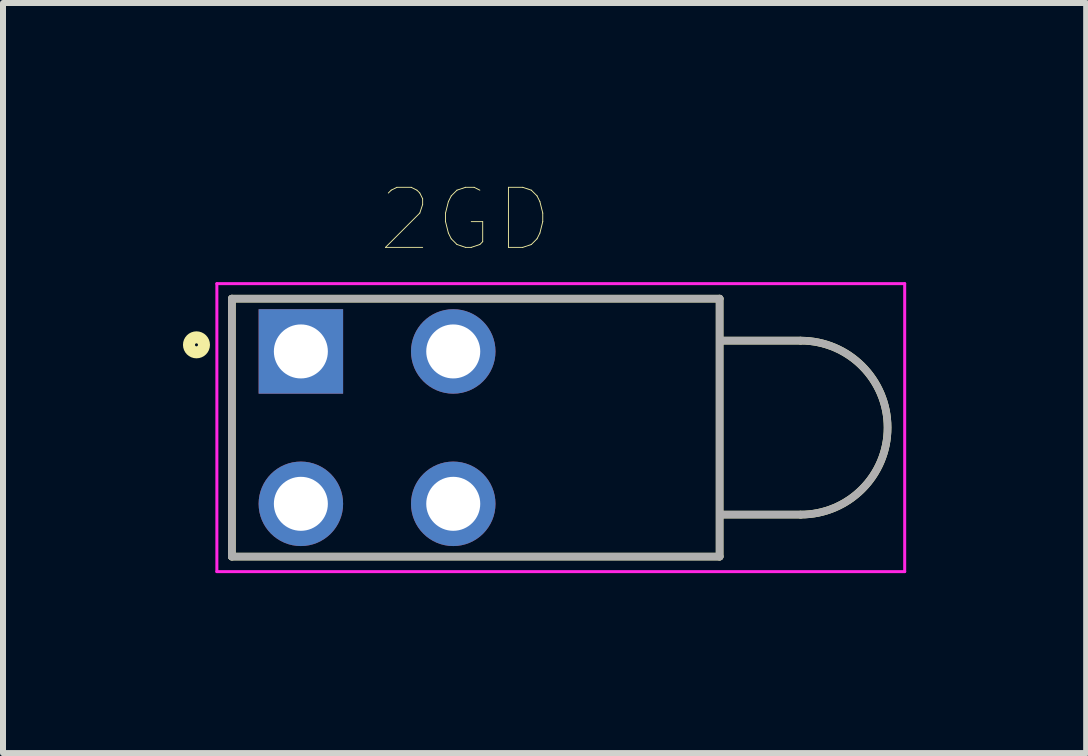
<source format=kicad_pcb>
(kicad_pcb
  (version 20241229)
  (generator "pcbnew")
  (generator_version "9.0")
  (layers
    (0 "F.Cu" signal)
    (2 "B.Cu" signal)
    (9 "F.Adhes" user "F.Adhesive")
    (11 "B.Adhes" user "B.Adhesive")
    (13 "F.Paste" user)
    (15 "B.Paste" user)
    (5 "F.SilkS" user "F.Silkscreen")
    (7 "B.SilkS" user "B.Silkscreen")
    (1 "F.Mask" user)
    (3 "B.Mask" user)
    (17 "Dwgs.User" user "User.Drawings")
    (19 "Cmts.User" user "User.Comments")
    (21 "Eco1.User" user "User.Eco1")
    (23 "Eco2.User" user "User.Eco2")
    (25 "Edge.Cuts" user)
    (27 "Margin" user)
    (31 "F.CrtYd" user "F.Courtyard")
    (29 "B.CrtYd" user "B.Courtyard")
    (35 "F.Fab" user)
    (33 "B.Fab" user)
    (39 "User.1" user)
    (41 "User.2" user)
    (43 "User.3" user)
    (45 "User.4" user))
  (footprint "2GD"
    (layer "F.Cu")
    (at 4.88 4.078)
    (property "Reference" "2GD" (at -0.17 -3.467 0) (layer "F.SilkS") (effects (font (size 1.001 1.001) (thickness 0.015))))
    (attr through_hole)
    (fp_line (start -4.065 -2.15) (end -4.065 2.15) (stroke (width 0.127) (type solid)) (layer "F.SilkS"))
    (fp_line (start -4.065 2.15) (end 4.065 2.15) (stroke (width 0.127) (type solid)) (layer "F.SilkS"))
    (fp_line (start 4.065 -2.15) (end -4.065 -2.15) (stroke (width 0.127) (type solid)) (layer "F.SilkS"))
    (fp_line (start 4.065 2.15) (end 4.065 -2.15) (stroke (width 0.127) (type solid)) (layer "F.SilkS"))
    (fp_line (start 4.105 1.45) (end 5.415 1.45) (stroke (width 0.127) (type solid)) (layer "F.SilkS"))
    (fp_line (start 5.415 -1.45) (end 4.105 -1.45) (stroke (width 0.127) (type solid)) (layer "F.SilkS"))
    (fp_arc (start 5.415 -1.45) (mid 6.865 0) (end 5.415 1.45) (stroke (width 0.127) (type solid)) (layer "F.SilkS"))
    (fp_circle (center -4.655 -1.38) (end -4.53 -1.38) (stroke (width 0.2) (type solid)) (fill no) (layer "F.SilkS"))
    (fp_line (start -4.315 -2.4) (end 7.15 -2.4) (stroke (width 0.05) (type solid)) (layer "F.CrtYd"))
    (fp_line (start -4.315 2.4) (end -4.315 -2.4) (stroke (width 0.05) (type solid)) (layer "F.CrtYd"))
    (fp_line (start 7.15 -2.4) (end 7.15 2.4) (stroke (width 0.05) (type solid)) (layer "F.CrtYd"))
    (fp_line (start 7.15 2.4) (end -4.315 2.4) (stroke (width 0.05) (type solid)) (layer "F.CrtYd"))
    (fp_line (start -4.065 -2.15) (end -4.065 2.15) (stroke (width 0.127) (type solid)) (layer "F.Fab"))
    (fp_line (start -4.065 2.15) (end 4.065 2.15) (stroke (width 0.127) (type solid)) (layer "F.Fab"))
    (fp_line (start 4.065 -2.15) (end -4.065 -2.15) (stroke (width 0.127) (type solid)) (layer "F.Fab"))
    (fp_line (start 4.065 2.15) (end 4.065 -2.15) (stroke (width 0.127) (type solid)) (layer "F.Fab"))
    (fp_line (start 4.105 1.45) (end 5.415 1.45) (stroke (width 0.127) (type solid)) (layer "F.Fab"))
    (fp_line (start 5.415 -1.45) (end 4.105 -1.45) (stroke (width 0.127) (type solid)) (layer "F.Fab"))
    (fp_arc (start 5.415 -1.45) (mid 6.865 0) (end 5.415 1.45) (stroke (width 0.127) (type solid)) (layer "F.Fab"))
    (pad "1" thru_hole rect (at -2.915 -1.27) (size 1.408 1.408) (drill 0.9) (layers "*.Cu" "*.Mask"))
    (pad "2" thru_hole circle (at -2.915 1.27) (size 1.408 1.408) (drill 0.9) (layers "*.Cu" "*.Mask"))
    (pad "3" thru_hole circle (at -0.375 -1.27) (size 1.408 1.408) (drill 0.9) (layers "*.Cu" "*.Mask"))
    (pad "4" thru_hole circle (at -0.375 1.27) (size 1.408 1.408) (drill 0.9) (layers "*.Cu" "*.Mask")))
  (gr_rect
    (start -3 -3)
    (end 15.055 9.503)
    (stroke (width 0.1) (type default))
    (fill no)
    (layer "Edge.Cuts")))
</source>
